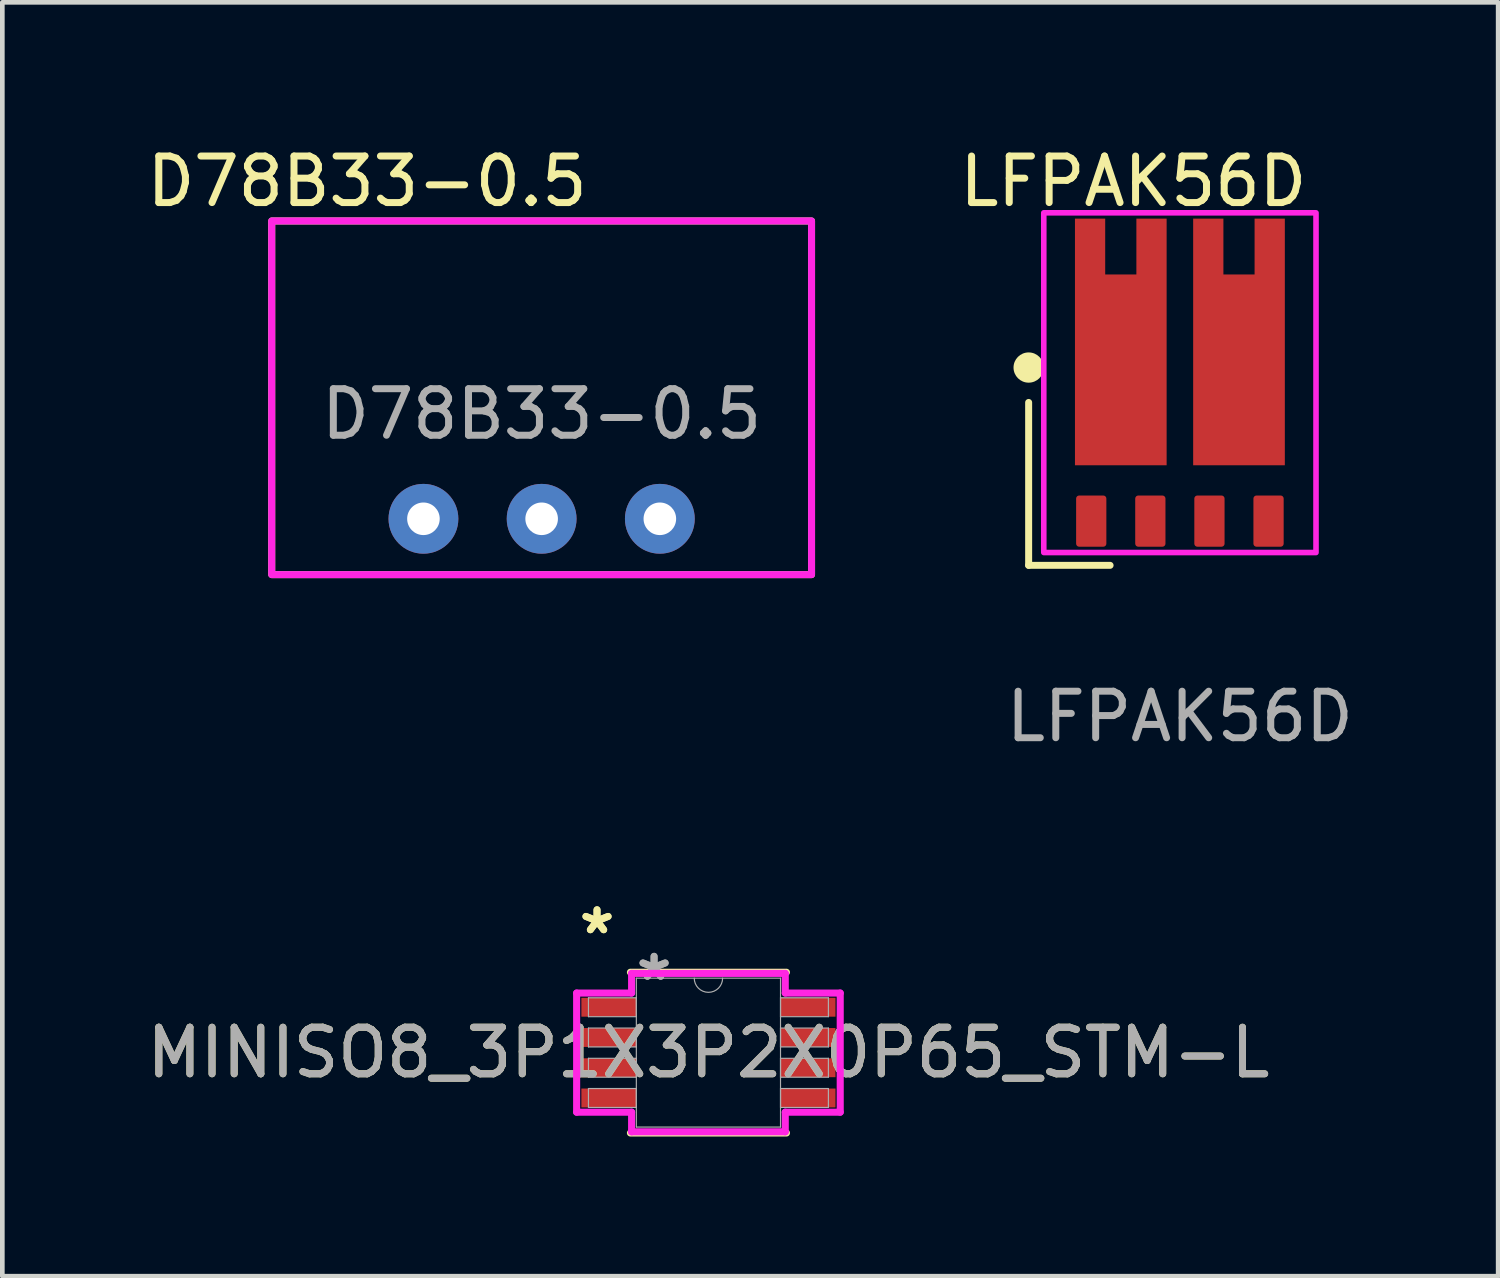
<source format=kicad_pcb>
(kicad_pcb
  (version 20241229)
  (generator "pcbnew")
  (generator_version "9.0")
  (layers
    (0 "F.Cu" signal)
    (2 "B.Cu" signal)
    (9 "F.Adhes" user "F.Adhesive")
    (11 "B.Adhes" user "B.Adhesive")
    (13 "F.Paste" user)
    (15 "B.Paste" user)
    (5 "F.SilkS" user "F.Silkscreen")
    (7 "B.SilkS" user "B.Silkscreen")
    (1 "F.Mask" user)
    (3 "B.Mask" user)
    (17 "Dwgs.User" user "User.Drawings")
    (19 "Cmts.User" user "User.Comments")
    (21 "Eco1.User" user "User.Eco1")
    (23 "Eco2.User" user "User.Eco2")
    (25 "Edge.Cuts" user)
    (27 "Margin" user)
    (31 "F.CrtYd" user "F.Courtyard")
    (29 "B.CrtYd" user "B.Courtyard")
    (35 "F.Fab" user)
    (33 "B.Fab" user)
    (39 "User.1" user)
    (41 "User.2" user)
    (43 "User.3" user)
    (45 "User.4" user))
  (footprint "MINISO8_3P1X3P2X0P65_STM-L"
    (layer "F.Cu")
    (at 12.173 19.569)
    (property "Reference" "MINISO8_3P1X3P2X0P65_STM-L" (at 0 0 0) (unlocked yes) (layer "F.SilkS") (effects (font (size 1 1) (thickness 0.15))))
    (attr smd)
    (fp_line (start -1.676 1.727) (end 1.676 1.727) (stroke (width 0.152) (type solid)) (layer "F.SilkS"))
    (fp_line (start 1.676 -1.727) (end -1.676 -1.727) (stroke (width 0.152) (type solid)) (layer "F.SilkS"))
    (fp_line (start -2.832 -1.28) (end -1.651 -1.28) (stroke (width 0.152) (type solid)) (layer "F.CrtYd"))
    (fp_line (start -2.832 1.28) (end -2.832 -1.28) (stroke (width 0.152) (type solid)) (layer "F.CrtYd"))
    (fp_line (start -2.832 1.28) (end -1.651 1.28) (stroke (width 0.152) (type solid)) (layer "F.CrtYd"))
    (fp_line (start -1.651 -1.702) (end 1.651 -1.702) (stroke (width 0.152) (type solid)) (layer "F.CrtYd"))
    (fp_line (start -1.651 -1.28) (end -1.651 -1.702) (stroke (width 0.152) (type solid)) (layer "F.CrtYd"))
    (fp_line (start -1.651 1.702) (end -1.651 1.28) (stroke (width 0.152) (type solid)) (layer "F.CrtYd"))
    (fp_line (start 1.651 -1.702) (end 1.651 -1.28) (stroke (width 0.152) (type solid)) (layer "F.CrtYd"))
    (fp_line (start 1.651 1.28) (end 1.651 1.702) (stroke (width 0.152) (type solid)) (layer "F.CrtYd"))
    (fp_line (start 1.651 1.702) (end -1.651 1.702) (stroke (width 0.152) (type solid)) (layer "F.CrtYd"))
    (fp_line (start 2.832 -1.28) (end 1.651 -1.28) (stroke (width 0.152) (type solid)) (layer "F.CrtYd"))
    (fp_line (start 2.832 -1.28) (end 2.832 1.28) (stroke (width 0.152) (type solid)) (layer "F.CrtYd"))
    (fp_line (start 2.832 1.28) (end 1.651 1.28) (stroke (width 0.152) (type solid)) (layer "F.CrtYd"))
    (fp_line (start -2.578 -1.178) (end -2.578 -0.772) (stroke (width 0.025) (type solid)) (layer "F.Fab"))
    (fp_line (start -2.578 -0.772) (end -1.549 -0.772) (stroke (width 0.025) (type solid)) (layer "F.Fab"))
    (fp_line (start -2.578 -0.528) (end -2.578 -0.122) (stroke (width 0.025) (type solid)) (layer "F.Fab"))
    (fp_line (start -2.578 -0.122) (end -1.549 -0.122) (stroke (width 0.025) (type solid)) (layer "F.Fab"))
    (fp_line (start -2.578 0.122) (end -2.578 0.528) (stroke (width 0.025) (type solid)) (layer "F.Fab"))
    (fp_line (start -2.578 0.528) (end -1.549 0.528) (stroke (width 0.025) (type solid)) (layer "F.Fab"))
    (fp_line (start -2.578 0.772) (end -2.578 1.178) (stroke (width 0.025) (type solid)) (layer "F.Fab"))
    (fp_line (start -2.578 1.178) (end -1.549 1.178) (stroke (width 0.025) (type solid)) (layer "F.Fab"))
    (fp_line (start -1.549 -1.6) (end -1.549 1.6) (stroke (width 0.025) (type solid)) (layer "F.Fab"))
    (fp_line (start -1.549 -1.178) (end -2.578 -1.178) (stroke (width 0.025) (type solid)) (layer "F.Fab"))
    (fp_line (start -1.549 -0.772) (end -1.549 -1.178) (stroke (width 0.025) (type solid)) (layer "F.Fab"))
    (fp_line (start -1.549 -0.528) (end -2.578 -0.528) (stroke (width 0.025) (type solid)) (layer "F.Fab"))
    (fp_line (start -1.549 -0.122) (end -1.549 -0.528) (stroke (width 0.025) (type solid)) (layer "F.Fab"))
    (fp_line (start -1.549 0.122) (end -2.578 0.122) (stroke (width 0.025) (type solid)) (layer "F.Fab"))
    (fp_line (start -1.549 0.528) (end -1.549 0.122) (stroke (width 0.025) (type solid)) (layer "F.Fab"))
    (fp_line (start -1.549 0.772) (end -2.578 0.772) (stroke (width 0.025) (type solid)) (layer "F.Fab"))
    (fp_line (start -1.549 1.178) (end -1.549 0.772) (stroke (width 0.025) (type solid)) (layer "F.Fab"))
    (fp_line (start -1.549 1.6) (end 1.549 1.6) (stroke (width 0.025) (type solid)) (layer "F.Fab"))
    (fp_line (start 1.549 -1.6) (end -1.549 -1.6) (stroke (width 0.025) (type solid)) (layer "F.Fab"))
    (fp_line (start 1.549 -1.178) (end 1.549 -0.772) (stroke (width 0.025) (type solid)) (layer "F.Fab"))
    (fp_line (start 1.549 -0.772) (end 2.578 -0.772) (stroke (width 0.025) (type solid)) (layer "F.Fab"))
    (fp_line (start 1.549 -0.528) (end 1.549 -0.122) (stroke (width 0.025) (type solid)) (layer "F.Fab"))
    (fp_line (start 1.549 -0.122) (end 2.578 -0.122) (stroke (width 0.025) (type solid)) (layer "F.Fab"))
    (fp_line (start 1.549 0.122) (end 1.549 0.528) (stroke (width 0.025) (type solid)) (layer "F.Fab"))
    (fp_line (start 1.549 0.528) (end 2.578 0.528) (stroke (width 0.025) (type solid)) (layer "F.Fab"))
    (fp_line (start 1.549 0.772) (end 1.549 1.178) (stroke (width 0.025) (type solid)) (layer "F.Fab"))
    (fp_line (start 1.549 1.178) (end 2.578 1.178) (stroke (width 0.025) (type solid)) (layer "F.Fab"))
    (fp_line (start 1.549 1.6) (end 1.549 -1.6) (stroke (width 0.025) (type solid)) (layer "F.Fab"))
    (fp_line (start 2.578 -1.178) (end 1.549 -1.178) (stroke (width 0.025) (type solid)) (layer "F.Fab"))
    (fp_line (start 2.578 -0.772) (end 2.578 -1.178) (stroke (width 0.025) (type solid)) (layer "F.Fab"))
    (fp_line (start 2.578 -0.528) (end 1.549 -0.528) (stroke (width 0.025) (type solid)) (layer "F.Fab"))
    (fp_line (start 2.578 -0.122) (end 2.578 -0.528) (stroke (width 0.025) (type solid)) (layer "F.Fab"))
    (fp_line (start 2.578 0.122) (end 1.549 0.122) (stroke (width 0.025) (type solid)) (layer "F.Fab"))
    (fp_line (start 2.578 0.528) (end 2.578 0.122) (stroke (width 0.025) (type solid)) (layer "F.Fab"))
    (fp_line (start 2.578 0.772) (end 1.549 0.772) (stroke (width 0.025) (type solid)) (layer "F.Fab"))
    (fp_line (start 2.578 1.178) (end 2.578 0.772) (stroke (width 0.025) (type solid)) (layer "F.Fab"))
    (fp_arc (start 0.3048 -1.6002) (mid 0 -1.2954) (end -0.3048 -1.6002) (stroke (width 0.0254) (type solid)) (layer "F.Fab"))
    (fp_text user "*" (at -2.394 -2.524 0) (unlocked yes) (layer "F.SilkS") (effects (font (size 1 1) (thickness 0.15))))
    (fp_text user "*" (at -2.394 -2.524 0) (layer "F.SilkS") (effects (font (size 1 1) (thickness 0.15))))
    (fp_text user "*" (at -1.168 -1.524 0) (unlocked yes) (layer "F.Fab") (effects (font (size 1 1) (thickness 0.15))))
    (fp_text user "*" (at -1.168 -1.524 0) (layer "F.Fab") (effects (font (size 1 1) (thickness 0.15))))
    (fp_text user "${REFERENCE}" (at 0 0 0) (unlocked yes) (layer "F.Fab") (effects (font (size 1 1) (thickness 0.15))))
    (pad "1" smd rect (at -2.14 -0.975) (size 1.181 0.406) (layers "F.Cu" "F.Mask" "F.Paste"))
    (pad "2" smd rect (at -2.14 -0.325) (size 1.181 0.406) (layers "F.Cu" "F.Mask" "F.Paste"))
    (pad "3" smd rect (at -2.14 0.325) (size 1.181 0.406) (layers "F.Cu" "F.Mask" "F.Paste"))
    (pad "4" smd rect (at -2.14 0.975) (size 1.181 0.406) (layers "F.Cu" "F.Mask" "F.Paste"))
    (pad "5" smd rect (at 2.14 0.975) (size 1.181 0.406) (layers "F.Cu" "F.Mask" "F.Paste"))
    (pad "6" smd rect (at 2.14 0.325) (size 1.181 0.406) (layers "F.Cu" "F.Mask" "F.Paste"))
    (pad "7" smd rect (at 2.14 -0.325) (size 1.181 0.406) (layers "F.Cu" "F.Mask" "F.Paste"))
    (pad "8" smd rect (at 2.14 -0.975) (size 1.181 0.406) (layers "F.Cu" "F.Mask" "F.Paste")))
  (footprint "LFPAK56D"
    (layer "F.Cu")
    (at 22.304 4.848)
    (property "Reference" "LFPAK56D" (at -1 -4 0) (unlocked yes) (layer "F.SilkS") (effects (font (size 1 1) (thickness 0.15))))
    (attr smd)
    (fp_line (start -3.25 0.75) (end -3.25 4.25) (stroke (width 0.15) (type default)) (layer "F.SilkS"))
    (fp_line (start -3.25 4.25) (end -1.5 4.25) (stroke (width 0.15) (type default)) (layer "F.SilkS"))
    (fp_circle (center -3.25 0) (end -3.5 0) (stroke (width 0.15) (type solid)) (fill yes) (layer "F.SilkS"))
    (fp_rect (start -2.255 -3.2) (end -1.605 -1.3) (stroke (width 0) (type solid)) (fill yes) (layer "F.Paste"))
    (fp_rect (start -1.82 0.8) (end -0.72 1.8) (stroke (width 0) (type solid)) (fill yes) (layer "F.Paste"))
    (fp_rect (start -1.8 -0.75) (end -0.7 0.25) (stroke (width 0) (type solid)) (fill yes) (layer "F.Paste"))
    (fp_rect (start -0.935 -3.2) (end -0.285 -1.3) (stroke (width 0) (type solid)) (fill yes) (layer "F.Paste"))
    (fp_rect (start 0.285 -3.2) (end 0.935 -1.3) (stroke (width 0) (type solid)) (fill yes) (layer "F.Paste"))
    (fp_rect (start 0.7 -0.75) (end 1.8 0.25) (stroke (width 0) (type solid)) (fill yes) (layer "F.Paste"))
    (fp_rect (start 0.72 0.8) (end 1.82 1.8) (stroke (width 0) (type solid)) (fill yes) (layer "F.Paste"))
    (fp_rect (start 1.605 -3.2) (end 2.255 -1.3) (stroke (width 0) (type solid)) (fill yes) (layer "F.Paste"))
    (fp_rect (start -2.925 -3.325) (end 2.925 3.975) (stroke (width 0.12) (type solid)) (fill no) (layer "F.CrtYd"))
    (fp_text user "${REFERENCE}" (at 0 7.5 0) (unlocked yes) (layer "F.Fab") (effects (font (size 1 1) (thickness 0.15))))
    (pad "1" smd roundrect (at -1.905 3.3) (size 0.65 1.1) (layers "F.Cu" "F.Mask" "F.Paste") (roundrect_rratio 0.1))
    (pad "2" smd roundrect (at -0.635 3.3) (size 0.65 1.1) (layers "F.Cu" "F.Mask" "F.Paste") (roundrect_rratio 0.1))
    (pad "3" smd roundrect (at 0.635 3.3) (size 0.65 1.1) (layers "F.Cu" "F.Mask" "F.Paste") (roundrect_rratio 0.1))
    (pad "4" smd roundrect (at 1.905 3.3) (size 0.65 1.1) (layers "F.Cu" "F.Mask" "F.Paste") (roundrect_rratio 0.1))
    (pad "5" smd custom (at 1.27 1.3) (size 0.65 0.65) (layers "F.Cu" "F.Mask" "F.Paste") (options (anchor circle)) (primitives (gr_poly (pts (xy -0.325 -0.485) (xy -0.32 -0.51) (xy -0.306 -0.531) (xy -0.285 -0.545) (xy -0.26 -0.55) (xy 0.26 -0.55) (xy 0.285 -0.545) (xy 0.306 -0.531) (xy 0.32 -0.51) (xy 0.325 -0.485) (xy 0.325 0.485) (xy 0.32 0.51) (xy 0.306 0.531) (xy 0.285 0.545) (xy 0.26 0.55) (xy -0.26 0.55) (xy -0.285 0.545) (xy -0.306 0.531) (xy -0.32 0.51) (xy -0.325 0.485)) (width 0) (fill yes)) (gr_rect (start -0.985 -3.3) (end 0.985 0.8) (width 0) (fill yes)) (gr_rect (start 0.335 -4.5) (end 0.985 -3.05) (width 0) (fill yes)) (gr_rect (start -0.985 -4.5) (end -0.335 -3.05) (width 0) (fill yes))))
    (pad "7" smd custom (at -1.27 1.3) (size 0.65 0.65) (layers "F.Cu" "F.Mask" "F.Paste") (options (anchor circle)) (primitives (gr_poly (pts (xy -0.325 -0.485) (xy -0.32 -0.51) (xy -0.306 -0.531) (xy -0.285 -0.545) (xy -0.26 -0.55) (xy 0.26 -0.55) (xy 0.285 -0.545) (xy 0.306 -0.531) (xy 0.32 -0.51) (xy 0.325 -0.485) (xy 0.325 0.485) (xy 0.32 0.51) (xy 0.306 0.531) (xy 0.285 0.545) (xy 0.26 0.55) (xy -0.26 0.55) (xy -0.285 0.545) (xy -0.306 0.531) (xy -0.32 0.51) (xy -0.325 0.485)) (width 0) (fill yes)) (gr_rect (start -0.985 -3.3) (end 0.985 0.8) (width 0) (fill yes)) (gr_rect (start 0.335 -4.5) (end 0.985 -3.05) (width 0) (fill yes)) (gr_rect (start -0.985 -4.5) (end -0.335 -3.05) (width 0) (fill yes)))))
  (footprint "D78B33-0.5"
    (layer "F.Cu")
    (at 8.589 8.098)
    (property "Reference" "D78B33-0.5" (at -3.75 -7.25 0) (unlocked yes) (layer "F.SilkS") (effects (font (size 1 1) (thickness 0.15))))
    (attr smd)
    (fp_rect (start -5.8 -6.4) (end 5.8 1.2) (stroke (width 0.15) (type solid)) (fill no) (layer "F.SilkS"))
    (fp_rect (start -5.8 -6.4) (end 5.8 1.2) (stroke (width 0.15) (type solid)) (fill no) (layer "F.CrtYd"))
    (fp_text user "${REFERENCE}" (at 0 -2.25 0) (unlocked yes) (layer "F.Fab") (effects (font (size 1 1) (thickness 0.15))))
    (pad "1" thru_hole circle (at -2.54 0) (size 1.5 1.5) (drill 0.7) (layers "*.Cu" "*.Mask"))
    (pad "2" thru_hole circle (at 0 0) (size 1.5 1.5) (drill 0.7) (layers "*.Cu" "*.Mask"))
    (pad "3" thru_hole circle (at 2.54 0) (size 1.5 1.5) (drill 0.7) (layers "*.Cu" "*.Mask")))
  (gr_rect
    (start -3 -3)
    (end 29.143 24.373)
    (stroke (width 0.1) (type default))
    (fill no)
    (layer "Edge.Cuts")))
</source>
